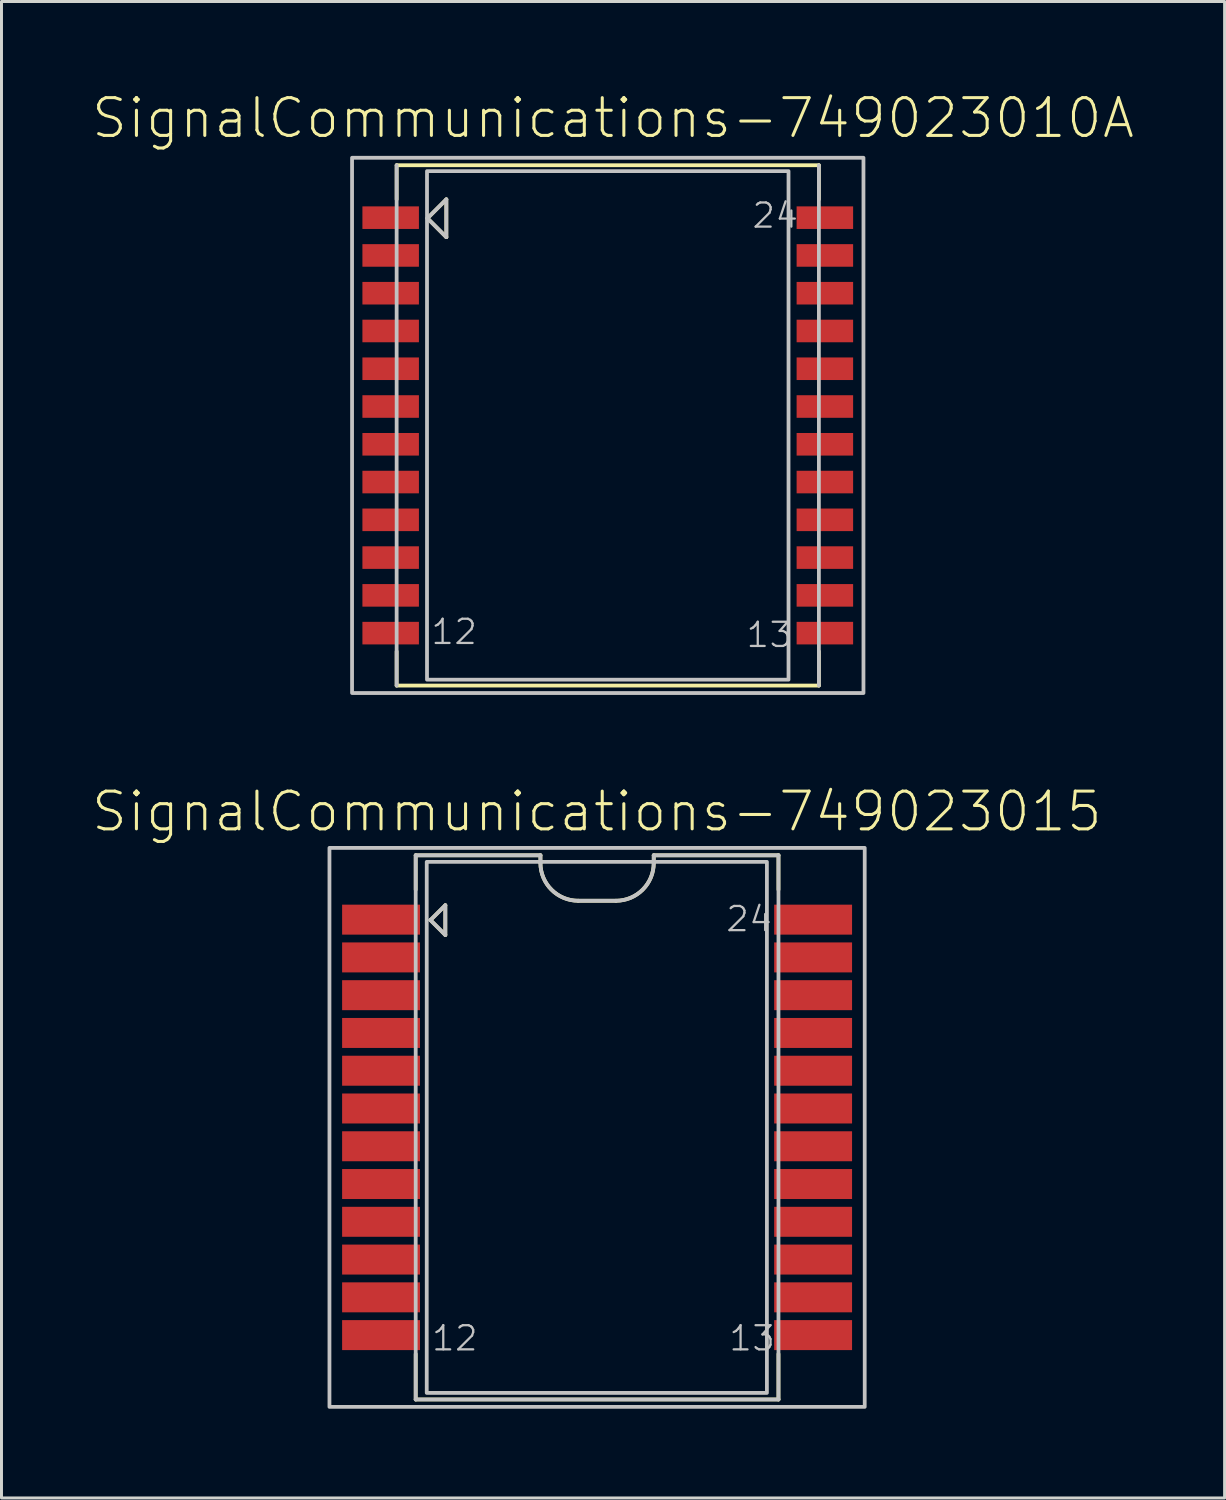
<source format=kicad_pcb>
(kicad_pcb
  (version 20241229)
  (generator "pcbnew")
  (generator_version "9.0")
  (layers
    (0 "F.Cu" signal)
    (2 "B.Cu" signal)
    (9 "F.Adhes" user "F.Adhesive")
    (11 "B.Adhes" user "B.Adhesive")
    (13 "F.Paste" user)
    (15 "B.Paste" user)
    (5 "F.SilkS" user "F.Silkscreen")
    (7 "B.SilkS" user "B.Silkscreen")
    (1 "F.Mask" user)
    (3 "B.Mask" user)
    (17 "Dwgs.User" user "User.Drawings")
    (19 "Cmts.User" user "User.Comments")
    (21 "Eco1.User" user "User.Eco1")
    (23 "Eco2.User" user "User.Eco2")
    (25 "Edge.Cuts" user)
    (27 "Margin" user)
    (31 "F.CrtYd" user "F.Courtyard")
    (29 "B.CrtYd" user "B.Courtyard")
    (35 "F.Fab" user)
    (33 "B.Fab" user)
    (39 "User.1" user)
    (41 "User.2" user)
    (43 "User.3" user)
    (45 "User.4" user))
  (footprint "SignalCommunications-749023015"
    (layer "F.Cu")
    (at 17.027 34.858)
    (property "Reference" "SignalCommunications-749023015" (at -0.008 -10.62 0) (layer "F.SilkS") (effects (font (size 1.27 1.27) (thickness 0.102))))
    (attr smd)
    (fp_line (start -6.099 -9.149) (end -6.099 -7.993) (stroke (width 0.127) (type solid)) (layer "F.SilkS"))
    (fp_line (start -6.099 -9.149) (end -1.905 -9.149) (stroke (width 0.127) (type solid)) (layer "F.SilkS"))
    (fp_line (start -6.099 9.149) (end -6.099 7.62) (stroke (width 0.127) (type solid)) (layer "F.SilkS"))
    (fp_line (start -6.099 9.149) (end 6.099 9.149) (stroke (width 0.127) (type solid)) (layer "F.SilkS"))
    (fp_line (start -5.603 -6.97) (end -5.103 -6.469) (stroke (width 0.127) (type solid)) (layer "F.SilkS"))
    (fp_line (start -5.103 -7.468) (end -5.603 -6.97) (stroke (width 0.127) (type solid)) (layer "F.SilkS"))
    (fp_line (start -5.103 -6.469) (end -5.103 -7.468) (stroke (width 0.127) (type solid)) (layer "F.SilkS"))
    (fp_line (start -1.905 -9.149) (end -1.905 -8.89) (stroke (width 0.127) (type solid)) (layer "F.SilkS"))
    (fp_line (start -0.635 -7.62) (end 0.635 -7.62) (stroke (width 0.127) (type solid)) (layer "F.SilkS"))
    (fp_line (start 1.905 -9.149) (end 6.099 -9.149) (stroke (width 0.127) (type solid)) (layer "F.SilkS"))
    (fp_line (start 1.905 -8.89) (end 1.905 -9.149) (stroke (width 0.127) (type solid)) (layer "F.SilkS"))
    (fp_line (start 6.099 -7.993) (end 6.099 -9.149) (stroke (width 0.127) (type solid)) (layer "F.SilkS"))
    (fp_line (start 6.099 9.149) (end 6.099 7.62) (stroke (width 0.127) (type solid)) (layer "F.SilkS"))
    (fp_arc (start -0.635 -7.62) (mid -1.533026 -7.991974) (end -1.905 -8.89) (stroke (width 0.127) (type solid)) (layer "F.SilkS"))
    (fp_arc (start 1.905 -8.89) (mid 1.533026 -7.991974) (end 0.635 -7.62) (stroke (width 0.127) (type solid)) (layer "F.SilkS"))
    (fp_line (start -6.099 -9.149) (end -6.099 9.149) (stroke (width 0.127) (type solid)) (layer "Dwgs.User"))
    (fp_line (start -6.099 -9.149) (end -1.905 -9.149) (stroke (width 0.127) (type solid)) (layer "Dwgs.User"))
    (fp_line (start -6.099 9.149) (end 6.099 9.149) (stroke (width 0.127) (type solid)) (layer "Dwgs.User"))
    (fp_line (start -5.603 -6.97) (end -5.103 -6.469) (stroke (width 0.127) (type solid)) (layer "Dwgs.User"))
    (fp_line (start -5.103 -7.468) (end -5.603 -6.97) (stroke (width 0.127) (type solid)) (layer "Dwgs.User"))
    (fp_line (start -5.103 -6.469) (end -5.103 -7.468) (stroke (width 0.127) (type solid)) (layer "Dwgs.User"))
    (fp_line (start -1.905 -9.149) (end -1.905 -8.89) (stroke (width 0.127) (type solid)) (layer "Dwgs.User"))
    (fp_line (start -0.635 -7.62) (end 0.635 -7.62) (stroke (width 0.127) (type solid)) (layer "Dwgs.User"))
    (fp_line (start 1.905 -9.149) (end 6.099 -9.149) (stroke (width 0.127) (type solid)) (layer "Dwgs.User"))
    (fp_line (start 1.905 -8.89) (end 1.905 -9.149) (stroke (width 0.127) (type solid)) (layer "Dwgs.User"))
    (fp_line (start 6.099 9.149) (end 6.099 -9.149) (stroke (width 0.127) (type solid)) (layer "Dwgs.User"))
    (fp_arc (start -0.635 -7.62) (mid -1.533026 -7.991974) (end -1.905 -8.89) (stroke (width 0.127) (type solid)) (layer "Dwgs.User"))
    (fp_arc (start 1.905 -8.89) (mid 1.533026 -7.991974) (end 0.635 -7.62) (stroke (width 0.127) (type solid)) (layer "Dwgs.User"))
    (fp_poly (pts (xy -8.999 -9.398) (xy 8.999 -9.398) (xy 8.999 9.398) (xy -8.999 9.398) (xy -8.999 -9.398)) (stroke (width 0.127) (type solid)) (fill no) (layer "Dwgs.User"))
    (fp_poly (pts (xy 5.71 -8.928) (xy 5.71 8.928) (xy -5.728 8.928) (xy -5.728 -8.928) (xy 5.71 -8.928)) (stroke (width 0.127) (type solid)) (fill no) (layer "Dwgs.User"))
    (fp_text user "13" (at 5.212 7.092 0) (layer "Dwgs.User") (effects (font (size 0.813 0.813) (thickness 0.076))))
    (fp_text user "12" (at -4.785 7.092 0) (layer "Dwgs.User") (effects (font (size 0.813 0.813) (thickness 0.076))))
    (fp_text user "24" (at 5.11 -7.005 0) (layer "Dwgs.User") (effects (font (size 0.813 0.813) (thickness 0.076))))
    (pad "1" smd rect (at -7.264 -6.985) (size 2.619 1.008) (layers "F.Cu" "F.Mask" "F.Paste"))
    (pad "2" smd rect (at -7.264 -5.715) (size 2.619 1.008) (layers "F.Cu" "F.Mask" "F.Paste"))
    (pad "3" smd rect (at -7.264 -4.445) (size 2.619 1.008) (layers "F.Cu" "F.Mask" "F.Paste"))
    (pad "4" smd rect (at -7.264 -3.175) (size 2.619 1.008) (layers "F.Cu" "F.Mask" "F.Paste"))
    (pad "5" smd rect (at -7.264 -1.905) (size 2.619 1.008) (layers "F.Cu" "F.Mask" "F.Paste"))
    (pad "6" smd rect (at -7.264 -0.635) (size 2.619 1.008) (layers "F.Cu" "F.Mask" "F.Paste"))
    (pad "7" smd rect (at -7.264 0.635) (size 2.619 1.008) (layers "F.Cu" "F.Mask" "F.Paste"))
    (pad "8" smd rect (at -7.264 1.905) (size 2.619 1.008) (layers "F.Cu" "F.Mask" "F.Paste"))
    (pad "9" smd rect (at -7.264 3.175) (size 2.619 1.008) (layers "F.Cu" "F.Mask" "F.Paste"))
    (pad "10" smd rect (at -7.264 4.445) (size 2.619 1.008) (layers "F.Cu" "F.Mask" "F.Paste"))
    (pad "11" smd rect (at -7.264 5.715) (size 2.619 1.008) (layers "F.Cu" "F.Mask" "F.Paste"))
    (pad "12" smd rect (at -7.264 6.985) (size 2.619 1.008) (layers "F.Cu" "F.Mask" "F.Paste"))
    (pad "13" smd rect (at 7.264 6.985) (size 2.619 1.008) (layers "F.Cu" "F.Mask" "F.Paste"))
    (pad "14" smd rect (at 7.264 5.715) (size 2.619 1.008) (layers "F.Cu" "F.Mask" "F.Paste"))
    (pad "15" smd rect (at 7.264 4.445) (size 2.619 1.008) (layers "F.Cu" "F.Mask" "F.Paste"))
    (pad "16" smd rect (at 7.264 3.175) (size 2.619 1.008) (layers "F.Cu" "F.Mask" "F.Paste"))
    (pad "17" smd rect (at 7.264 1.905) (size 2.619 1.008) (layers "F.Cu" "F.Mask" "F.Paste"))
    (pad "18" smd rect (at 7.264 0.635) (size 2.619 1.008) (layers "F.Cu" "F.Mask" "F.Paste"))
    (pad "19" smd rect (at 7.264 -0.635) (size 2.619 1.008) (layers "F.Cu" "F.Mask" "F.Paste"))
    (pad "20" smd rect (at 7.264 -1.905) (size 2.619 1.008) (layers "F.Cu" "F.Mask" "F.Paste"))
    (pad "21" smd rect (at 7.264 -3.175) (size 2.619 1.008) (layers "F.Cu" "F.Mask" "F.Paste"))
    (pad "22" smd rect (at 7.264 -4.445) (size 2.619 1.008) (layers "F.Cu" "F.Mask" "F.Paste"))
    (pad "23" smd rect (at 7.264 -5.715) (size 2.619 1.008) (layers "F.Cu" "F.Mask" "F.Paste"))
    (pad "24" smd rect (at 7.264 -6.985) (size 2.619 1.008) (layers "F.Cu" "F.Mask" "F.Paste")))
  (footprint "SignalCommunications-749023010A"
    (layer "F.Cu")
    (at 17.386 11.254)
    (property "Reference" "SignalCommunications-749023010A" (at 0.178 -10.333 0) (layer "F.SilkS") (effects (font (size 1.27 1.27) (thickness 0.102))))
    (attr smd)
    (fp_line (start -7.099 -8.748) (end 7.099 -8.748) (stroke (width 0.127) (type solid)) (layer "F.SilkS"))
    (fp_line (start -7.099 -7.6) (end -7.099 -8.748) (stroke (width 0.127) (type solid)) (layer "F.SilkS"))
    (fp_line (start -7.099 7.6) (end -7.099 8.748) (stroke (width 0.127) (type solid)) (layer "F.SilkS"))
    (fp_line (start -6.063 -6.965) (end -5.428 -6.33) (stroke (width 0.127) (type solid)) (layer "F.SilkS"))
    (fp_line (start -5.428 -7.6) (end -6.063 -6.965) (stroke (width 0.127) (type solid)) (layer "F.SilkS"))
    (fp_line (start -5.428 -6.33) (end -5.428 -7.6) (stroke (width 0.127) (type solid)) (layer "F.SilkS"))
    (fp_line (start 7.099 -7.6) (end 7.099 -8.748) (stroke (width 0.127) (type solid)) (layer "F.SilkS"))
    (fp_line (start 7.099 7.6) (end 7.099 8.748) (stroke (width 0.127) (type solid)) (layer "F.SilkS"))
    (fp_line (start 7.099 8.748) (end -7.099 8.748) (stroke (width 0.127) (type solid)) (layer "F.SilkS"))
    (fp_line (start -7.099 8.748) (end -7.099 -8.748) (stroke (width 0.127) (type solid)) (layer "Dwgs.User"))
    (fp_line (start -6.063 -6.965) (end -5.428 -6.33) (stroke (width 0.127) (type solid)) (layer "Dwgs.User"))
    (fp_line (start -5.428 -7.6) (end -6.063 -6.965) (stroke (width 0.127) (type solid)) (layer "Dwgs.User"))
    (fp_line (start -5.428 -6.33) (end -5.428 -7.6) (stroke (width 0.127) (type solid)) (layer "Dwgs.User"))
    (fp_line (start 7.099 -8.748) (end 7.099 8.748) (stroke (width 0.127) (type solid)) (layer "Dwgs.User"))
    (fp_poly (pts (xy -8.598 -8.999) (xy 8.598 -8.999) (xy 8.598 8.999) (xy -8.598 8.999) (xy -8.598 -8.999)) (stroke (width 0.127) (type solid)) (fill no) (layer "Dwgs.User"))
    (fp_poly (pts (xy -6.078 -8.55) (xy 6.078 -8.55) (xy 6.078 8.55) (xy -6.078 8.55) (xy -6.078 -8.55)) (stroke (width 0.127) (type solid)) (fill no) (layer "Dwgs.User"))
    (fp_text user "13" (at 5.431 7.043 0) (layer "Dwgs.User") (effects (font (size 0.813 0.813) (thickness 0.076))))
    (fp_text user "24" (at 5.631 -7.056 0) (layer "Dwgs.User") (effects (font (size 0.813 0.813) (thickness 0.076))))
    (fp_text user "12" (at -5.166 6.942 0) (layer "Dwgs.User") (effects (font (size 0.813 0.813) (thickness 0.076))))
    (pad "1" smd rect (at -7.3 -6.985) (size 1.9 0.759) (layers "F.Cu" "F.Mask" "F.Paste"))
    (pad "2" smd rect (at -7.3 -5.715) (size 1.9 0.759) (layers "F.Cu" "F.Mask" "F.Paste"))
    (pad "3" smd rect (at -7.3 -4.445) (size 1.9 0.759) (layers "F.Cu" "F.Mask" "F.Paste"))
    (pad "4" smd rect (at -7.3 -3.175) (size 1.9 0.759) (layers "F.Cu" "F.Mask" "F.Paste"))
    (pad "5" smd rect (at -7.3 -1.905) (size 1.9 0.759) (layers "F.Cu" "F.Mask" "F.Paste"))
    (pad "6" smd rect (at -7.3 -0.635) (size 1.9 0.759) (layers "F.Cu" "F.Mask" "F.Paste"))
    (pad "7" smd rect (at -7.3 0.635) (size 1.9 0.759) (layers "F.Cu" "F.Mask" "F.Paste"))
    (pad "8" smd rect (at -7.3 1.905) (size 1.9 0.759) (layers "F.Cu" "F.Mask" "F.Paste"))
    (pad "9" smd rect (at -7.3 3.175) (size 1.9 0.759) (layers "F.Cu" "F.Mask" "F.Paste"))
    (pad "10" smd rect (at -7.3 4.445) (size 1.9 0.759) (layers "F.Cu" "F.Mask" "F.Paste"))
    (pad "11" smd rect (at -7.3 5.715) (size 1.9 0.759) (layers "F.Cu" "F.Mask" "F.Paste"))
    (pad "12" smd rect (at -7.3 6.985) (size 1.9 0.759) (layers "F.Cu" "F.Mask" "F.Paste"))
    (pad "13" smd rect (at 7.3 6.985) (size 1.9 0.759) (layers "F.Cu" "F.Mask" "F.Paste"))
    (pad "14" smd rect (at 7.3 5.715) (size 1.9 0.759) (layers "F.Cu" "F.Mask" "F.Paste"))
    (pad "15" smd rect (at 7.3 4.445) (size 1.9 0.759) (layers "F.Cu" "F.Mask" "F.Paste"))
    (pad "16" smd rect (at 7.3 3.175) (size 1.9 0.759) (layers "F.Cu" "F.Mask" "F.Paste"))
    (pad "17" smd rect (at 7.3 1.905) (size 1.9 0.759) (layers "F.Cu" "F.Mask" "F.Paste"))
    (pad "18" smd rect (at 7.3 0.635) (size 1.9 0.759) (layers "F.Cu" "F.Mask" "F.Paste"))
    (pad "19" smd rect (at 7.3 -0.635) (size 1.9 0.759) (layers "F.Cu" "F.Mask" "F.Paste"))
    (pad "20" smd rect (at 7.3 -1.905) (size 1.9 0.759) (layers "F.Cu" "F.Mask" "F.Paste"))
    (pad "21" smd rect (at 7.3 -3.175) (size 1.9 0.759) (layers "F.Cu" "F.Mask" "F.Paste"))
    (pad "22" smd rect (at 7.3 -4.445) (size 1.9 0.759) (layers "F.Cu" "F.Mask" "F.Paste"))
    (pad "23" smd rect (at 7.3 -5.715) (size 1.9 0.759) (layers "F.Cu" "F.Mask" "F.Paste"))
    (pad "24" smd rect (at 7.3 -6.985) (size 1.9 0.759) (layers "F.Cu" "F.Mask" "F.Paste")))
  (gr_rect
    (start -3 -3)
    (end 38.127 47.319)
    (stroke (width 0.1) (type default))
    (fill no)
    (layer "Edge.Cuts")))
</source>
